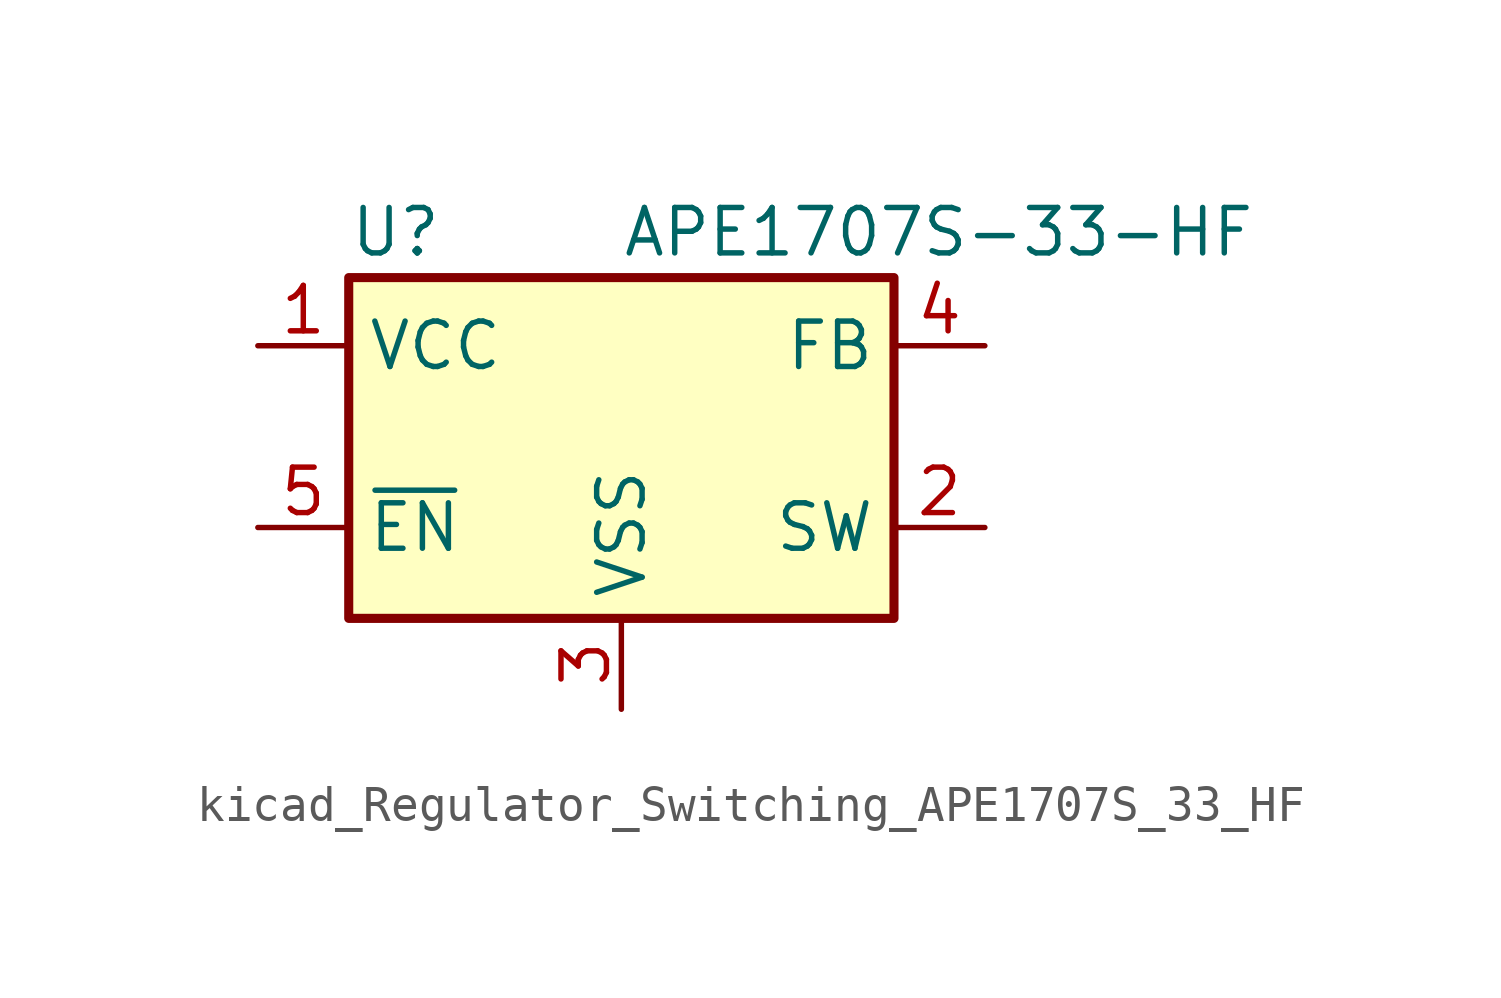
<source format=kicad_sym>
(kicad_symbol_lib
  (version 20220914)
  (generator kicad_symbol_editor)
  (symbol "kicad_Regulator_Switching_APE1707S_33_HF"
    (property "Reference" "U"
      (at -7.62 5.715 0)
      (effects (font (size 1.27 1.27)) (justify left)))
    (property "Value" "APE1707S-33-HF"
      (at 0 5.715 0)
      (effects (font (size 1.27 1.27)) (justify left)))
    (symbol "kicad_Regulator_Switching_APE1707S_33_HF_0_1"
      (rectangle (start -7.62 4.445) (end 7.62 -5.08) (stroke (width 0.254) (type default)) (fill (type background))))
    (symbol "kicad_Regulator_Switching_APE1707S_33_HF_1_1"
      (pin power_in line (at -10.16 2.54 0) (length 2.54) (name "VCC" (effects (font (size 1.27 1.27)))) (number "1" (effects (font (size 1.27 1.27)))))
      (pin output line (at 10.16 -2.54 180) (length 2.54) (name "SW" (effects (font (size 1.27 1.27)))) (number "2" (effects (font (size 1.27 1.27)))))
      (pin power_in line (at 0 -7.62 90) (length 2.54) (name "VSS" (effects (font (size 1.27 1.27)))) (number "3" (effects (font (size 1.27 1.27)))))
      (pin input line (at 10.16 2.54 180) (length 2.54) (name "FB" (effects (font (size 1.27 1.27)))) (number "4" (effects (font (size 1.27 1.27)))))
      (pin input line (at -10.16 -2.54 0) (length 2.54) (name "~{EN}" (effects (font (size 1.27 1.27)))) (number "5" (effects (font (size 1.27 1.27))))))))
</source>
